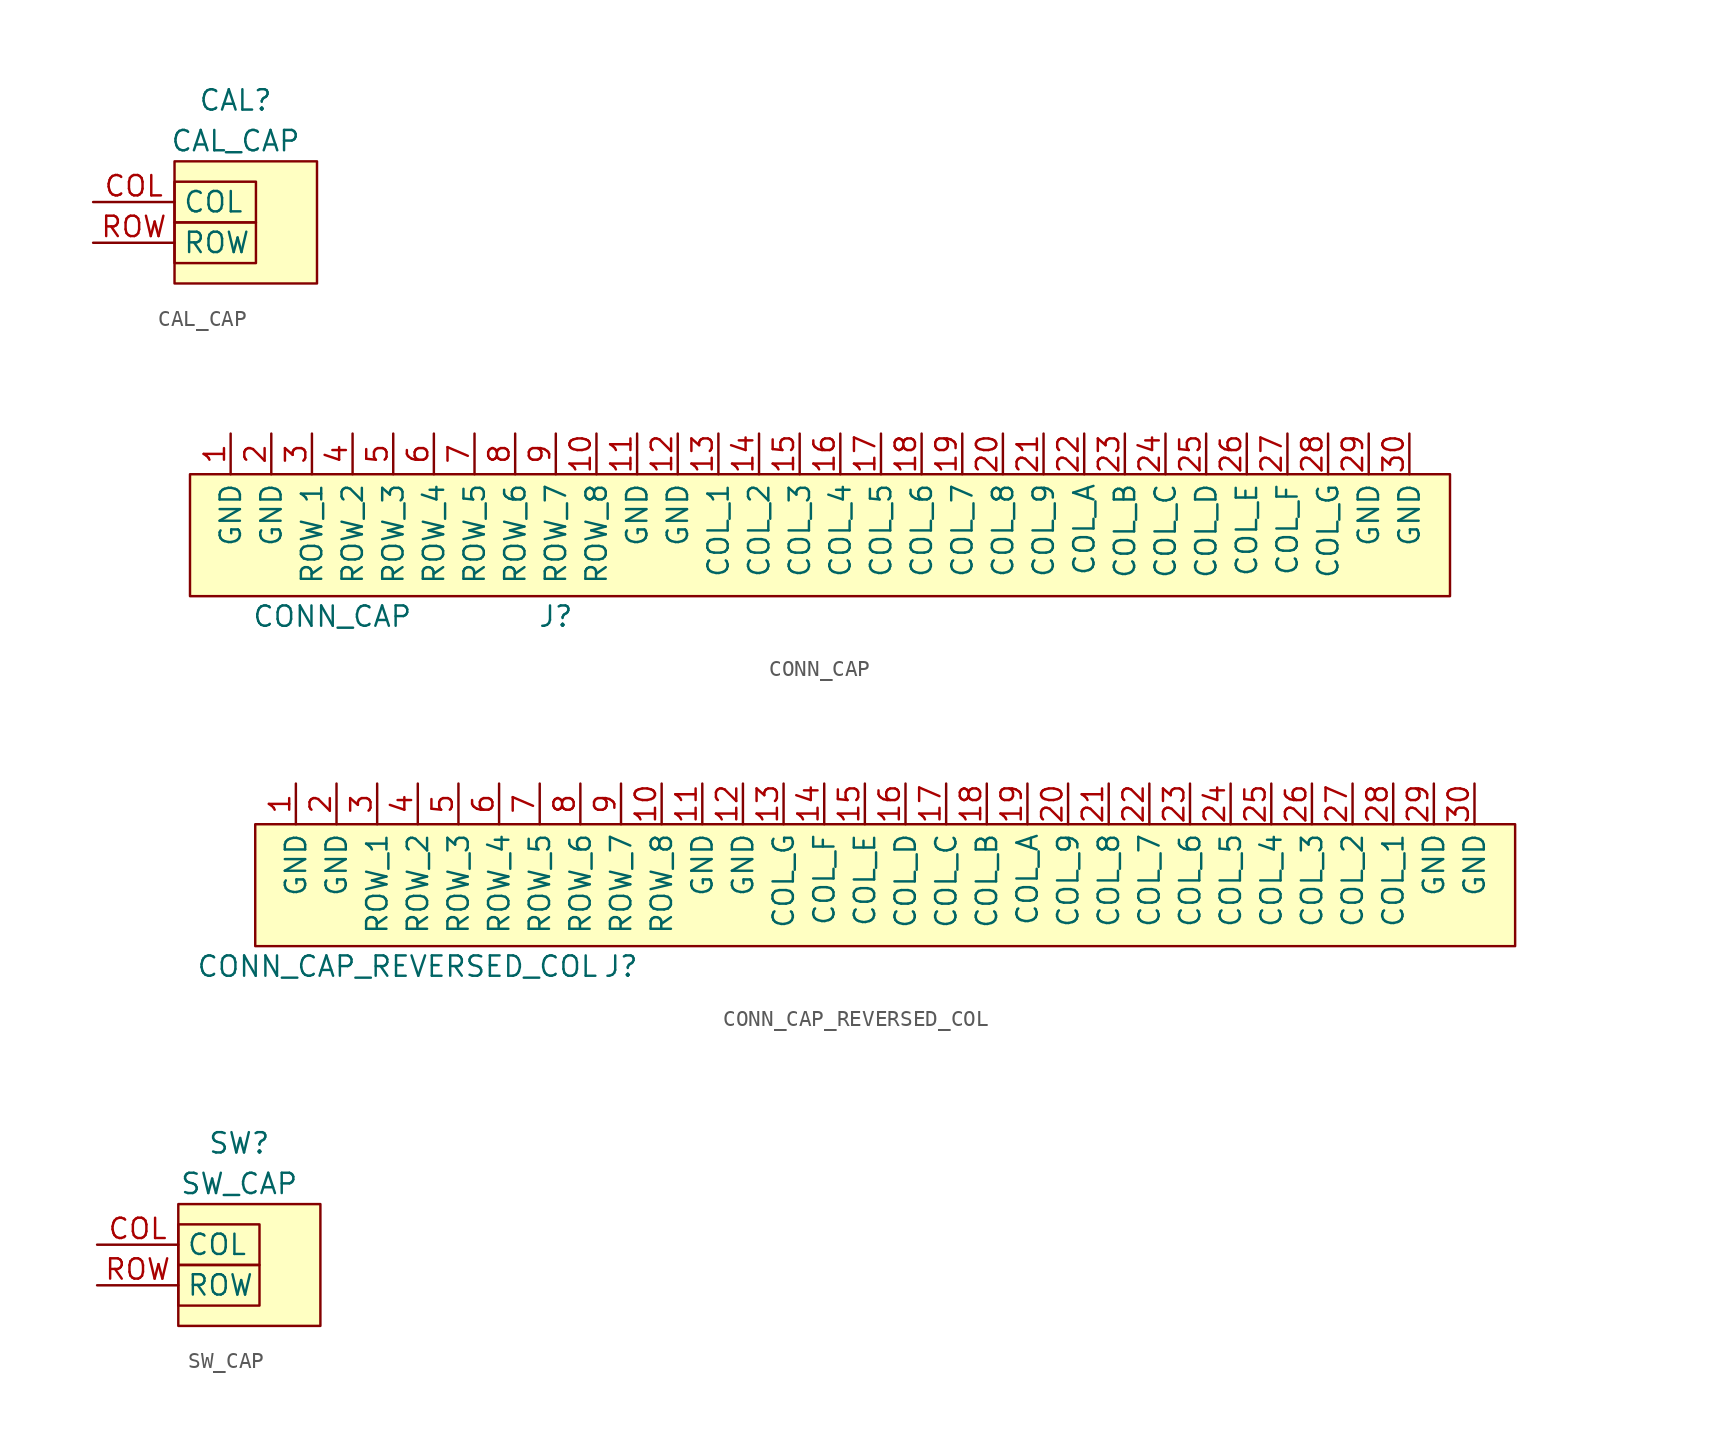
<source format=kicad_sym>
(kicad_symbol_lib
  (version 20211014)
  (generator kicad_symbol_editor)
  (symbol "CAL_CAP"
    (property "Reference" "CAL"
      (at 0 5.08 0)
      (effects (font (size 1.27 1.27))))
    (property "Value" "CAL_CAP"
      (at 0 2.54 0)
      (effects (font (size 1.27 1.27))))
    (symbol "CAL_CAP_0_1"
      (rectangle (start -3.81 0) (end 1.27 -2.54) (stroke (width 0) (type default) (color 0 0 0 0)) (fill (type none)))
      (rectangle (start -3.81 1.27) (end 5.08 -6.35) (stroke (width 0) (type default) (color 0 0 0 0)) (fill (type background)))
      (rectangle (start 1.27 -2.54) (end -3.81 -5.08) (stroke (width 0) (type default) (color 0 0 0 0)) (fill (type none))))
    (symbol "CAL_CAP_1_1"
      (pin passive line (at -8.89 -1.27 0) (length 5.08) (name "COL" (effects (font (size 1.27 1.27)))) (number "COL" (effects (font (size 1.27 1.27)))))
      (pin passive line (at -8.89 -3.81 0) (length 5.08) (name "ROW" (effects (font (size 1.27 1.27)))) (number "ROW" (effects (font (size 1.27 1.27)))))))
  (symbol "CONN_CAP"
    (property "Reference" "J"
      (at -3.81 -19.05 0)
      (effects (font (size 1.27 1.27))))
    (property "Value" "CONN_CAP"
      (at -17.78 -19.05 0)
      (effects (font (size 1.27 1.27))))
    (symbol "CONN_CAP_0_1"
      (rectangle (start -26.67 -10.16) (end 52.07 -17.78) (stroke (width 0) (type default) (color 0 0 0 0)) (fill (type background))))
    (symbol "CONN_CAP_1_1"
      (pin passive line (at -24.13 -7.62 270) (length 2.54) (name "GND" (effects (font (size 1.27 1.27)))) (number "1" (effects (font (size 1.27 1.27)))))
      (pin passive line (at -1.27 -7.62 270) (length 2.54) (name "ROW_8" (effects (font (size 1.27 1.27)))) (number "10" (effects (font (size 1.27 1.27)))))
      (pin passive line (at 1.27 -7.62 270) (length 2.54) (name "GND" (effects (font (size 1.27 1.27)))) (number "11" (effects (font (size 1.27 1.27)))))
      (pin passive line (at 3.81 -7.62 270) (length 2.54) (name "GND" (effects (font (size 1.27 1.27)))) (number "12" (effects (font (size 1.27 1.27)))))
      (pin passive line (at 6.35 -7.62 270) (length 2.54) (name "COL_1" (effects (font (size 1.27 1.27)))) (number "13" (effects (font (size 1.27 1.27)))))
      (pin passive line (at 8.89 -7.62 270) (length 2.54) (name "COL_2" (effects (font (size 1.27 1.27)))) (number "14" (effects (font (size 1.27 1.27)))))
      (pin passive line (at 11.43 -7.62 270) (length 2.54) (name "COL_3" (effects (font (size 1.27 1.27)))) (number "15" (effects (font (size 1.27 1.27)))))
      (pin passive line (at 13.97 -7.62 270) (length 2.54) (name "COL_4" (effects (font (size 1.27 1.27)))) (number "16" (effects (font (size 1.27 1.27)))))
      (pin passive line (at 16.51 -7.62 270) (length 2.54) (name "COL_5" (effects (font (size 1.27 1.27)))) (number "17" (effects (font (size 1.27 1.27)))))
      (pin passive line (at 19.05 -7.62 270) (length 2.54) (name "COL_6" (effects (font (size 1.27 1.27)))) (number "18" (effects (font (size 1.27 1.27)))))
      (pin passive line (at 21.59 -7.62 270) (length 2.54) (name "COL_7" (effects (font (size 1.27 1.27)))) (number "19" (effects (font (size 1.27 1.27)))))
      (pin passive line (at -21.59 -7.62 270) (length 2.54) (name "GND" (effects (font (size 1.27 1.27)))) (number "2" (effects (font (size 1.27 1.27)))))
      (pin passive line (at 24.13 -7.62 270) (length 2.54) (name "COL_8" (effects (font (size 1.27 1.27)))) (number "20" (effects (font (size 1.27 1.27)))))
      (pin passive line (at 26.67 -7.62 270) (length 2.54) (name "COL_9" (effects (font (size 1.27 1.27)))) (number "21" (effects (font (size 1.27 1.27)))))
      (pin passive line (at 29.21 -7.62 270) (length 2.54) (name "COL_A" (effects (font (size 1.27 1.27)))) (number "22" (effects (font (size 1.27 1.27)))))
      (pin passive line (at 31.75 -7.62 270) (length 2.54) (name "COL_B" (effects (font (size 1.27 1.27)))) (number "23" (effects (font (size 1.27 1.27)))))
      (pin passive line (at 34.29 -7.62 270) (length 2.54) (name "COL_C" (effects (font (size 1.27 1.27)))) (number "24" (effects (font (size 1.27 1.27)))))
      (pin passive line (at 36.83 -7.62 270) (length 2.54) (name "COL_D" (effects (font (size 1.27 1.27)))) (number "25" (effects (font (size 1.27 1.27)))))
      (pin passive line (at 39.37 -7.62 270) (length 2.54) (name "COL_E" (effects (font (size 1.27 1.27)))) (number "26" (effects (font (size 1.27 1.27)))))
      (pin passive line (at 41.91 -7.62 270) (length 2.54) (name "COL_F" (effects (font (size 1.27 1.27)))) (number "27" (effects (font (size 1.27 1.27)))))
      (pin passive line (at 44.45 -7.62 270) (length 2.54) (name "COL_G" (effects (font (size 1.27 1.27)))) (number "28" (effects (font (size 1.27 1.27)))))
      (pin passive line (at 46.99 -7.62 270) (length 2.54) (name "GND" (effects (font (size 1.27 1.27)))) (number "29" (effects (font (size 1.27 1.27)))))
      (pin passive line (at -19.05 -7.62 270) (length 2.54) (name "ROW_1" (effects (font (size 1.27 1.27)))) (number "3" (effects (font (size 1.27 1.27)))))
      (pin passive line (at 49.53 -7.62 270) (length 2.54) (name "GND" (effects (font (size 1.27 1.27)))) (number "30" (effects (font (size 1.27 1.27)))))
      (pin passive line (at -16.51 -7.62 270) (length 2.54) (name "ROW_2" (effects (font (size 1.27 1.27)))) (number "4" (effects (font (size 1.27 1.27)))))
      (pin passive line (at -13.97 -7.62 270) (length 2.54) (name "ROW_3" (effects (font (size 1.27 1.27)))) (number "5" (effects (font (size 1.27 1.27)))))
      (pin passive line (at -11.43 -7.62 270) (length 2.54) (name "ROW_4" (effects (font (size 1.27 1.27)))) (number "6" (effects (font (size 1.27 1.27)))))
      (pin passive line (at -8.89 -7.62 270) (length 2.54) (name "ROW_5" (effects (font (size 1.27 1.27)))) (number "7" (effects (font (size 1.27 1.27)))))
      (pin passive line (at -6.35 -7.62 270) (length 2.54) (name "ROW_6" (effects (font (size 1.27 1.27)))) (number "8" (effects (font (size 1.27 1.27)))))
      (pin passive line (at -3.81 -7.62 270) (length 2.54) (name "ROW_7" (effects (font (size 1.27 1.27)))) (number "9" (effects (font (size 1.27 1.27)))))))
  (symbol "CONN_CAP_REVERSED_COL"
    (property "Reference" "J"
      (at -3.81 -19.05 0)
      (effects (font (size 1.27 1.27))))
    (property "Value" "CONN_CAP_REVERSED_COL"
      (at -17.78 -19.05 0)
      (effects (font (size 1.27 1.27))))
    (symbol "CONN_CAP_REVERSED_COL_0_1"
      (rectangle (start -26.67 -10.16) (end 52.07 -17.78) (stroke (width 0) (type default) (color 0 0 0 0)) (fill (type background))))
    (symbol "CONN_CAP_REVERSED_COL_1_1"
      (pin passive line (at -24.13 -7.62 270) (length 2.54) (name "GND" (effects (font (size 1.27 1.27)))) (number "1" (effects (font (size 1.27 1.27)))))
      (pin passive line (at -1.27 -7.62 270) (length 2.54) (name "ROW_8" (effects (font (size 1.27 1.27)))) (number "10" (effects (font (size 1.27 1.27)))))
      (pin passive line (at 1.27 -7.62 270) (length 2.54) (name "GND" (effects (font (size 1.27 1.27)))) (number "11" (effects (font (size 1.27 1.27)))))
      (pin passive line (at 3.81 -7.62 270) (length 2.54) (name "GND" (effects (font (size 1.27 1.27)))) (number "12" (effects (font (size 1.27 1.27)))))
      (pin passive line (at 6.35 -7.62 270) (length 2.54) (name "COL_G" (effects (font (size 1.27 1.27)))) (number "13" (effects (font (size 1.27 1.27)))))
      (pin passive line (at 8.89 -7.62 270) (length 2.54) (name "COL_F" (effects (font (size 1.27 1.27)))) (number "14" (effects (font (size 1.27 1.27)))))
      (pin passive line (at 11.43 -7.62 270) (length 2.54) (name "COL_E" (effects (font (size 1.27 1.27)))) (number "15" (effects (font (size 1.27 1.27)))))
      (pin passive line (at 13.97 -7.62 270) (length 2.54) (name "COL_D" (effects (font (size 1.27 1.27)))) (number "16" (effects (font (size 1.27 1.27)))))
      (pin passive line (at 16.51 -7.62 270) (length 2.54) (name "COL_C" (effects (font (size 1.27 1.27)))) (number "17" (effects (font (size 1.27 1.27)))))
      (pin passive line (at 19.05 -7.62 270) (length 2.54) (name "COL_B" (effects (font (size 1.27 1.27)))) (number "18" (effects (font (size 1.27 1.27)))))
      (pin passive line (at 21.59 -7.62 270) (length 2.54) (name "COL_A" (effects (font (size 1.27 1.27)))) (number "19" (effects (font (size 1.27 1.27)))))
      (pin passive line (at -21.59 -7.62 270) (length 2.54) (name "GND" (effects (font (size 1.27 1.27)))) (number "2" (effects (font (size 1.27 1.27)))))
      (pin passive line (at 24.13 -7.62 270) (length 2.54) (name "COL_9" (effects (font (size 1.27 1.27)))) (number "20" (effects (font (size 1.27 1.27)))))
      (pin passive line (at 26.67 -7.62 270) (length 2.54) (name "COL_8" (effects (font (size 1.27 1.27)))) (number "21" (effects (font (size 1.27 1.27)))))
      (pin passive line (at 29.21 -7.62 270) (length 2.54) (name "COL_7" (effects (font (size 1.27 1.27)))) (number "22" (effects (font (size 1.27 1.27)))))
      (pin passive line (at 31.75 -7.62 270) (length 2.54) (name "COL_6" (effects (font (size 1.27 1.27)))) (number "23" (effects (font (size 1.27 1.27)))))
      (pin passive line (at 34.29 -7.62 270) (length 2.54) (name "COL_5" (effects (font (size 1.27 1.27)))) (number "24" (effects (font (size 1.27 1.27)))))
      (pin passive line (at 36.83 -7.62 270) (length 2.54) (name "COL_4" (effects (font (size 1.27 1.27)))) (number "25" (effects (font (size 1.27 1.27)))))
      (pin passive line (at 39.37 -7.62 270) (length 2.54) (name "COL_3" (effects (font (size 1.27 1.27)))) (number "26" (effects (font (size 1.27 1.27)))))
      (pin passive line (at 41.91 -7.62 270) (length 2.54) (name "COL_2" (effects (font (size 1.27 1.27)))) (number "27" (effects (font (size 1.27 1.27)))))
      (pin passive line (at 44.45 -7.62 270) (length 2.54) (name "COL_1" (effects (font (size 1.27 1.27)))) (number "28" (effects (font (size 1.27 1.27)))))
      (pin passive line (at 46.99 -7.62 270) (length 2.54) (name "GND" (effects (font (size 1.27 1.27)))) (number "29" (effects (font (size 1.27 1.27)))))
      (pin passive line (at -19.05 -7.62 270) (length 2.54) (name "ROW_1" (effects (font (size 1.27 1.27)))) (number "3" (effects (font (size 1.27 1.27)))))
      (pin passive line (at 49.53 -7.62 270) (length 2.54) (name "GND" (effects (font (size 1.27 1.27)))) (number "30" (effects (font (size 1.27 1.27)))))
      (pin passive line (at -16.51 -7.62 270) (length 2.54) (name "ROW_2" (effects (font (size 1.27 1.27)))) (number "4" (effects (font (size 1.27 1.27)))))
      (pin passive line (at -13.97 -7.62 270) (length 2.54) (name "ROW_3" (effects (font (size 1.27 1.27)))) (number "5" (effects (font (size 1.27 1.27)))))
      (pin passive line (at -11.43 -7.62 270) (length 2.54) (name "ROW_4" (effects (font (size 1.27 1.27)))) (number "6" (effects (font (size 1.27 1.27)))))
      (pin passive line (at -8.89 -7.62 270) (length 2.54) (name "ROW_5" (effects (font (size 1.27 1.27)))) (number "7" (effects (font (size 1.27 1.27)))))
      (pin passive line (at -6.35 -7.62 270) (length 2.54) (name "ROW_6" (effects (font (size 1.27 1.27)))) (number "8" (effects (font (size 1.27 1.27)))))
      (pin passive line (at -3.81 -7.62 270) (length 2.54) (name "ROW_7" (effects (font (size 1.27 1.27)))) (number "9" (effects (font (size 1.27 1.27)))))))
  (symbol "SW_CAP"
    (property "Reference" "SW"
      (at 0 5.08 0)
      (effects (font (size 1.27 1.27))))
    (property "Value" "SW_CAP"
      (at 0 2.54 0)
      (effects (font (size 1.27 1.27))))
    (symbol "SW_CAP_0_1"
      (rectangle (start -3.81 0) (end 1.27 -2.54) (stroke (width 0) (type default) (color 0 0 0 0)) (fill (type none)))
      (rectangle (start -3.81 1.27) (end 5.08 -6.35) (stroke (width 0) (type default) (color 0 0 0 0)) (fill (type background)))
      (rectangle (start 1.27 -2.54) (end -3.81 -5.08) (stroke (width 0) (type default) (color 0 0 0 0)) (fill (type none))))
    (symbol "SW_CAP_1_1"
      (pin no_connect line (at 7.62 0 180) (length 2.54) hide (name "REF" (effects (font (size 1.27 1.27)))) (number "" (effects (font (size 1.27 1.27)))))
      (pin no_connect line (at 7.62 -2.54 180) (length 2.54) hide (name "X" (effects (font (size 1.27 1.27)))) (number "" (effects (font (size 1.27 1.27)))))
      (pin no_connect line (at 7.62 -5.08 180) (length 2.54) hide (name "Y" (effects (font (size 1.27 1.27)))) (number "" (effects (font (size 1.27 1.27)))))
      (pin passive line (at -8.89 -1.27 0) (length 5.08) (name "COL" (effects (font (size 1.27 1.27)))) (number "COL" (effects (font (size 1.27 1.27)))))
      (pin passive line (at -8.89 -3.81 0) (length 5.08) (name "ROW" (effects (font (size 1.27 1.27)))) (number "ROW" (effects (font (size 1.27 1.27))))))))
</source>
